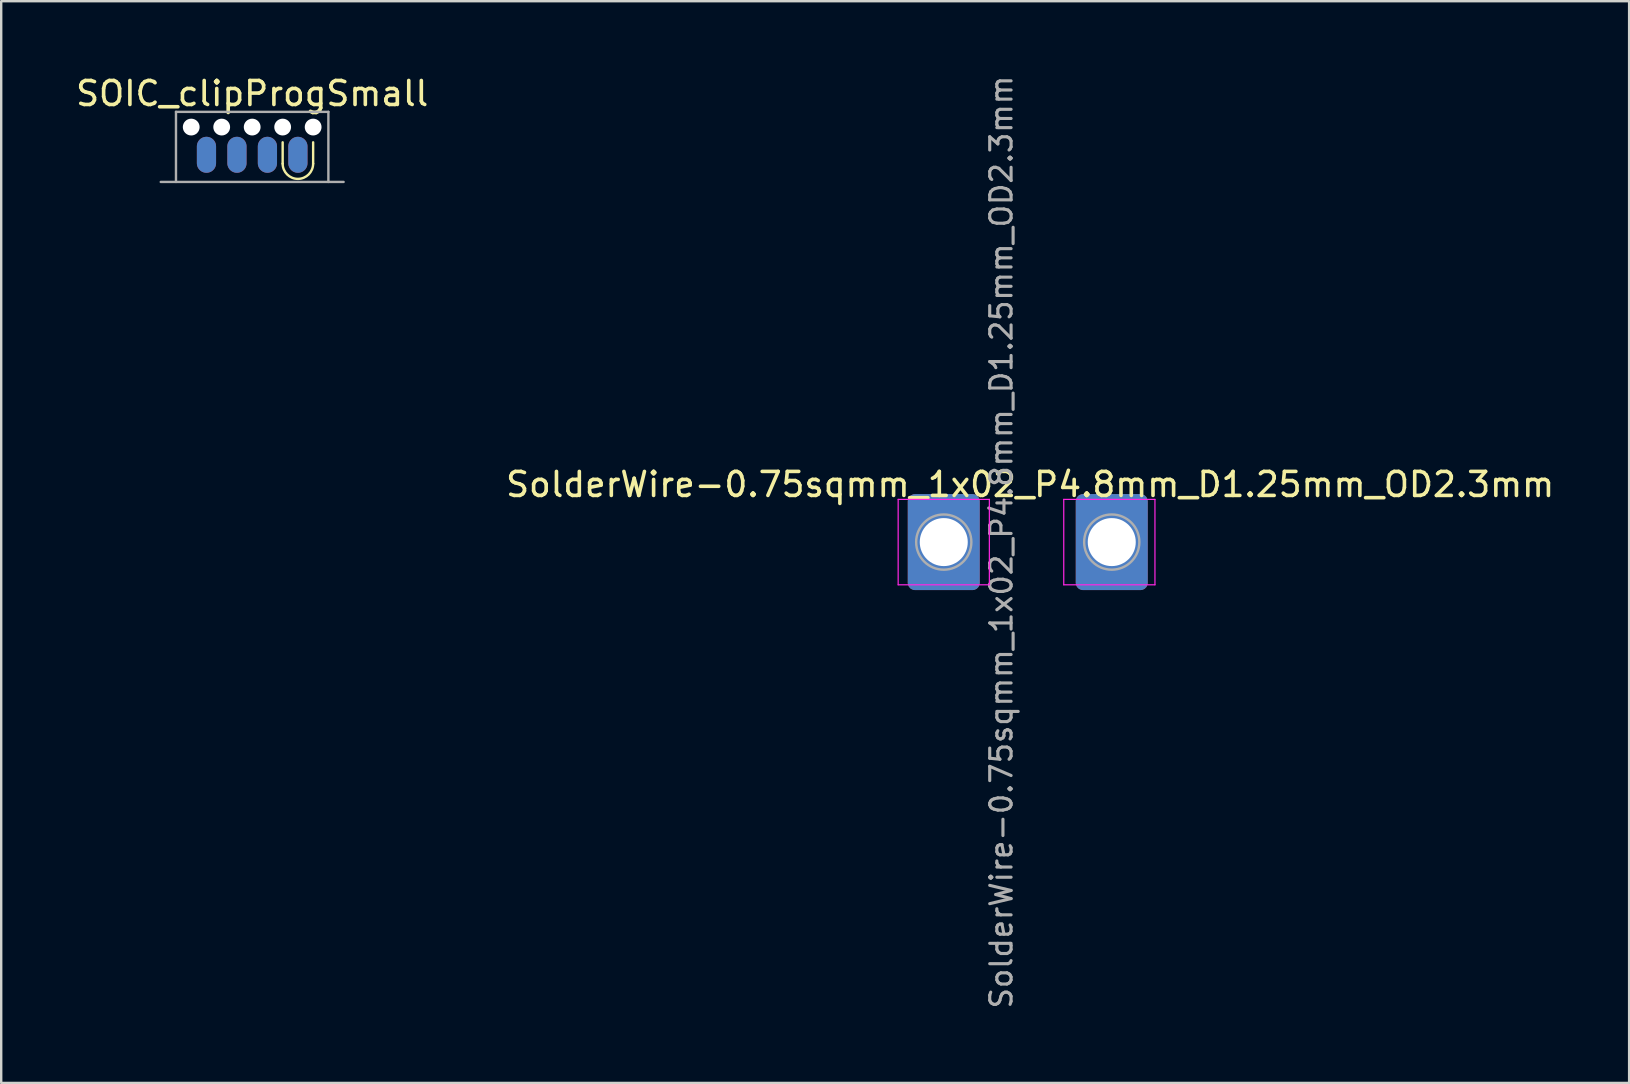
<source format=kicad_pcb>
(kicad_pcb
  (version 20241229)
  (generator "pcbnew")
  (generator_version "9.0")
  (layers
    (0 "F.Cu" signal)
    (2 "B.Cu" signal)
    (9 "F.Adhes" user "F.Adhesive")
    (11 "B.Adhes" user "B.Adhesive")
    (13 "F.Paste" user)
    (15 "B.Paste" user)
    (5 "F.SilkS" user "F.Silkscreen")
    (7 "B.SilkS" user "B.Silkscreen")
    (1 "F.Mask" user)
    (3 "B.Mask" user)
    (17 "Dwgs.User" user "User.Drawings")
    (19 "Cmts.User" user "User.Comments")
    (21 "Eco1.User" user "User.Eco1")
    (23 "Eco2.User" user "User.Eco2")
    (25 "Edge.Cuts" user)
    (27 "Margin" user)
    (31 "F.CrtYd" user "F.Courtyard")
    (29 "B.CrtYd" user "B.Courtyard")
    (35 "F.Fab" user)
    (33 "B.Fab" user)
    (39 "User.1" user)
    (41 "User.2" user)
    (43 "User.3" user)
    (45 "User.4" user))
  (footprint "SolderWire-0.75sqmm_1x02_P4.8mm_D1.25mm_OD2.3mm"
    (layer "F.Cu")
    (at 36.275 19.538)
    (property "Reference" "SolderWire-0.75sqmm_1x02_P4.8mm_D1.25mm_OD2.3mm" (at 3.6 -2.4 0) (layer "F.SilkS") (effects (font (size 1 1) (thickness 0.15))))
    (attr exclude_from_pos_files)
    (fp_line (start -1.9 -1.78) (end -1.9 1.78) (stroke (width 0.05) (type solid)) (layer "F.CrtYd"))
    (fp_line (start -1.9 1.78) (end 1.9 1.78) (stroke (width 0.05) (type solid)) (layer "F.CrtYd"))
    (fp_line (start 1.9 -1.78) (end -1.9 -1.78) (stroke (width 0.05) (type solid)) (layer "F.CrtYd"))
    (fp_line (start 1.9 1.78) (end 1.9 -1.78) (stroke (width 0.05) (type solid)) (layer "F.CrtYd"))
    (fp_line (start 5 -1.78) (end 5 1.78) (stroke (width 0.05) (type solid)) (layer "F.CrtYd"))
    (fp_line (start 5 1.78) (end 8.8 1.78) (stroke (width 0.05) (type solid)) (layer "F.CrtYd"))
    (fp_line (start 8.8 -1.78) (end 5 -1.78) (stroke (width 0.05) (type solid)) (layer "F.CrtYd"))
    (fp_line (start 8.8 1.78) (end 8.8 -1.78) (stroke (width 0.05) (type solid)) (layer "F.CrtYd"))
    (fp_circle (center 0 0) (end 1.15 0) (stroke (width 0.1) (type solid)) (fill no) (layer "F.Fab"))
    (fp_circle (center 7 0) (end 8.15 0) (stroke (width 0.1) (type solid)) (fill no) (layer "F.Fab"))
    (fp_text user "${REFERENCE}" (at 2.4 0 90) (layer "F.Fab") (effects (font (size 0.89 0.89) (thickness 0.13))))
    (pad "1" thru_hole roundrect (at 0 0) (size 3 4) (drill 2) (layers "*.Cu" "*.Mask") (roundrect_rratio 0.1))
    (pad "2" thru_hole roundrect (at 7 0) (size 3 4) (drill 2) (layers "*.Cu" "*.Mask") (roundrect_rratio 0.1)))
  (footprint "SOIC_clipProgSmall"
    (layer "F.Cu")
    (at 7.458 4.15)
    (property "Reference" "SOIC_clipProgSmall" (at 0 -3.302 0) (layer "F.SilkS") (effects (font (size 1 1) (thickness 0.15))))
    (attr through_hole)
    (fp_line (start 1.27 -0.381) (end 1.27 -1.27) (stroke (width 0.1) (type solid)) (layer "F.SilkS"))
    (fp_line (start 2.54 -0.381) (end 2.54 -1.27) (stroke (width 0.1) (type solid)) (layer "F.SilkS"))
    (fp_arc (start 2.54 -0.381) (mid 1.905 0.254) (end 1.27 -0.381) (stroke (width 0.1) (type solid)) (layer "F.SilkS"))
    (fp_line (start -3.81 0.381) (end 3.81 0.381) (stroke (width 0.1) (type solid)) (layer "F.Fab"))
    (fp_line (start -3.175 -2.54) (end -3.175 0.381) (stroke (width 0.1) (type solid)) (layer "F.Fab"))
    (fp_line (start 3.175 -2.54) (end -3.175 -2.54) (stroke (width 0.1) (type solid)) (layer "F.Fab"))
    (fp_line (start 3.175 0.381) (end 3.175 -2.54) (stroke (width 0.1) (type solid)) (layer "F.Fab"))
    (pad "" np_thru_hole circle (at -2.54 -1.905) (size 0.7 0.7) (drill 0.7) (layers "*.Cu" "*.Mask"))
    (pad "" np_thru_hole circle (at -1.27 -1.905) (size 0.7 0.7) (drill 0.7) (layers "*.Cu" "*.Mask"))
    (pad "" np_thru_hole circle (at 0 -1.905) (size 0.7 0.7) (drill 0.7) (layers "*.Cu" "*.Mask"))
    (pad "" np_thru_hole circle (at 1.27 -1.905) (size 0.7 0.7) (drill 0.7) (layers "*.Cu" "*.Mask"))
    (pad "" np_thru_hole circle (at 2.54 -1.905) (size 0.7 0.7) (drill 0.7) (layers "*.Cu" "*.Mask"))
    (pad "1" smd oval (at 1.905 -0.75) (size 0.8 1.5) (layers "F.Cu" "F.Mask"))
    (pad "2" smd oval (at 0.635 -0.75) (size 0.8 1.5) (layers "F.Cu" "F.Mask"))
    (pad "3" smd oval (at -0.635 -0.75) (size 0.8 1.5) (layers "F.Cu" "F.Mask"))
    (pad "4" smd oval (at -1.905 -0.75) (size 0.8 1.5) (layers "F.Cu" "F.Mask"))
    (pad "5" smd oval (at -1.905 -0.75) (size 0.8 1.5) (layers "B.Cu" "B.Mask"))
    (pad "6" smd oval (at -0.635 -0.75) (size 0.8 1.5) (layers "B.Cu" "B.Mask"))
    (pad "7" smd oval (at 0.635 -0.75) (size 0.8 1.5) (layers "B.Cu" "B.Mask"))
    (pad "8" smd oval (at 1.905 -0.75) (size 0.8 1.5) (layers "B.Cu" "B.Mask")))
  (gr_rect
    (start -3 -3)
    (end 64.833 42.075)
    (stroke (width 0.1) (type default))
    (fill no)
    (layer "Edge.Cuts")))
</source>
